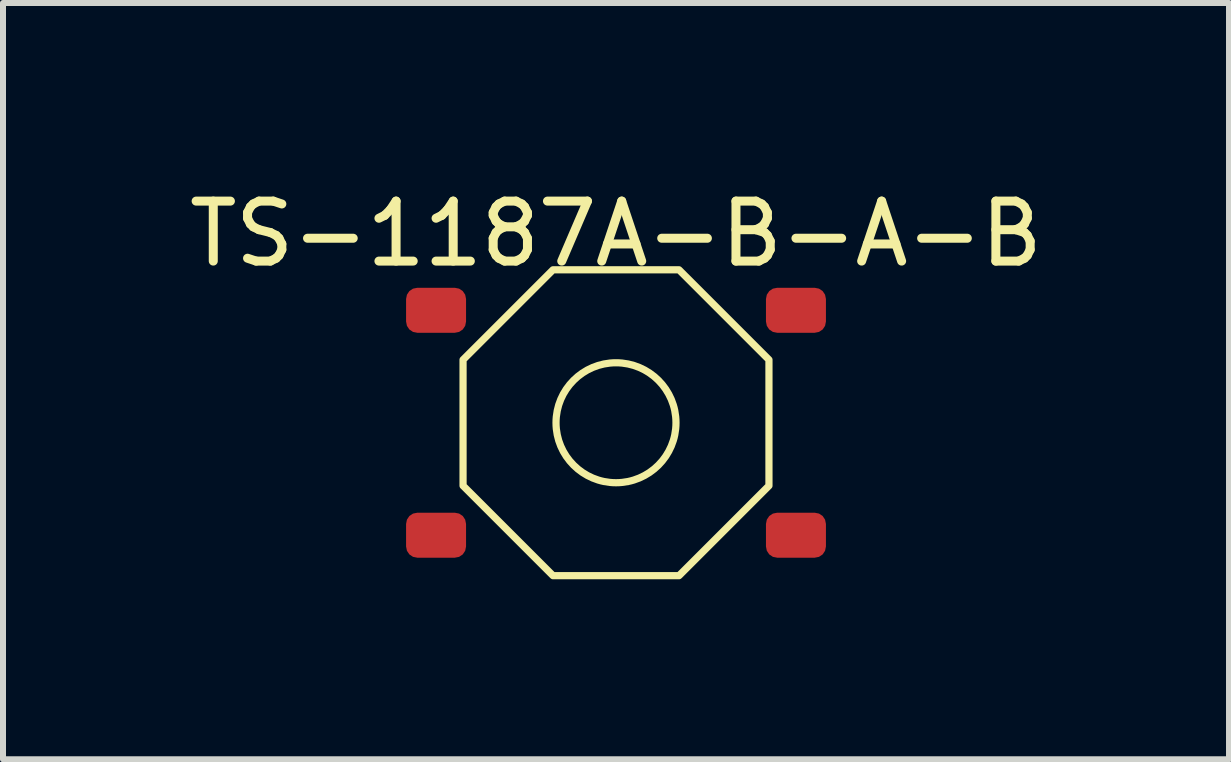
<source format=kicad_pcb>
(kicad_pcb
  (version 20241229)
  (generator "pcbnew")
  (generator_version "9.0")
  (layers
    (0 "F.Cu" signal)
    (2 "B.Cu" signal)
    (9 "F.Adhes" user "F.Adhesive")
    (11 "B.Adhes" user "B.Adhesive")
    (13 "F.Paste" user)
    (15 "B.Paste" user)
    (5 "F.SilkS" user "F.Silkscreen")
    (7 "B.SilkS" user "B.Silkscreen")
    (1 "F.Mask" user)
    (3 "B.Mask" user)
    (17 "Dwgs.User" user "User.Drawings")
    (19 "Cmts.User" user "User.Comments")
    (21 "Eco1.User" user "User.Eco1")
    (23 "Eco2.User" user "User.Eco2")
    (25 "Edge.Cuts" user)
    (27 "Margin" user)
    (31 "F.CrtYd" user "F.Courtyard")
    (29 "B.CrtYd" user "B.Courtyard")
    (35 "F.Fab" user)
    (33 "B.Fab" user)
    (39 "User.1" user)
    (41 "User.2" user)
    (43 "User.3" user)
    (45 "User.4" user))
  (footprint "TS-1187A-B-A-B"
    (layer "F.Cu")
    (at 7.22 3.998)
    (property "Reference" "TS-1187A-B-A-B" (at 0 -3.15 0) (unlocked yes) (layer "F.SilkS") (effects (font (size 1 1) (thickness 0.15))))
    (attr smd)
    (fp_circle (center 0 0) (end 1 0) (stroke (width 0.12) (type solid)) (fill no) (layer "F.SilkS"))
    (fp_poly (pts (xy 2.55 -1.05) (xy 2.55 1.05) (xy 1.05 2.55) (xy -1.05 2.55) (xy -2.55 1.05) (xy -2.55 -1.05) (xy -1.05 -2.55) (xy 1.05 -2.55)) (stroke (width 0.12) (type solid)) (fill no) (layer "F.SilkS"))
    (pad "1" smd roundrect (at -3 -1.875) (size 1 0.75) (layers "F.Cu" "F.Mask" "F.Paste") (roundrect_rratio 0.25))
    (pad "1" smd roundrect (at 3 -1.875) (size 1 0.75) (layers "F.Cu" "F.Mask" "F.Paste") (roundrect_rratio 0.25))
    (pad "2" smd roundrect (at -3 1.875) (size 1 0.75) (layers "F.Cu" "F.Mask" "F.Paste") (roundrect_rratio 0.25))
    (pad "2" smd roundrect (at 3 1.875) (size 1 0.75) (layers "F.Cu" "F.Mask" "F.Paste") (roundrect_rratio 0.25)))
  (gr_rect
    (start -3 -3)
    (end 17.44 9.608)
    (stroke (width 0.1) (type default))
    (fill no)
    (layer "Edge.Cuts")))
</source>
